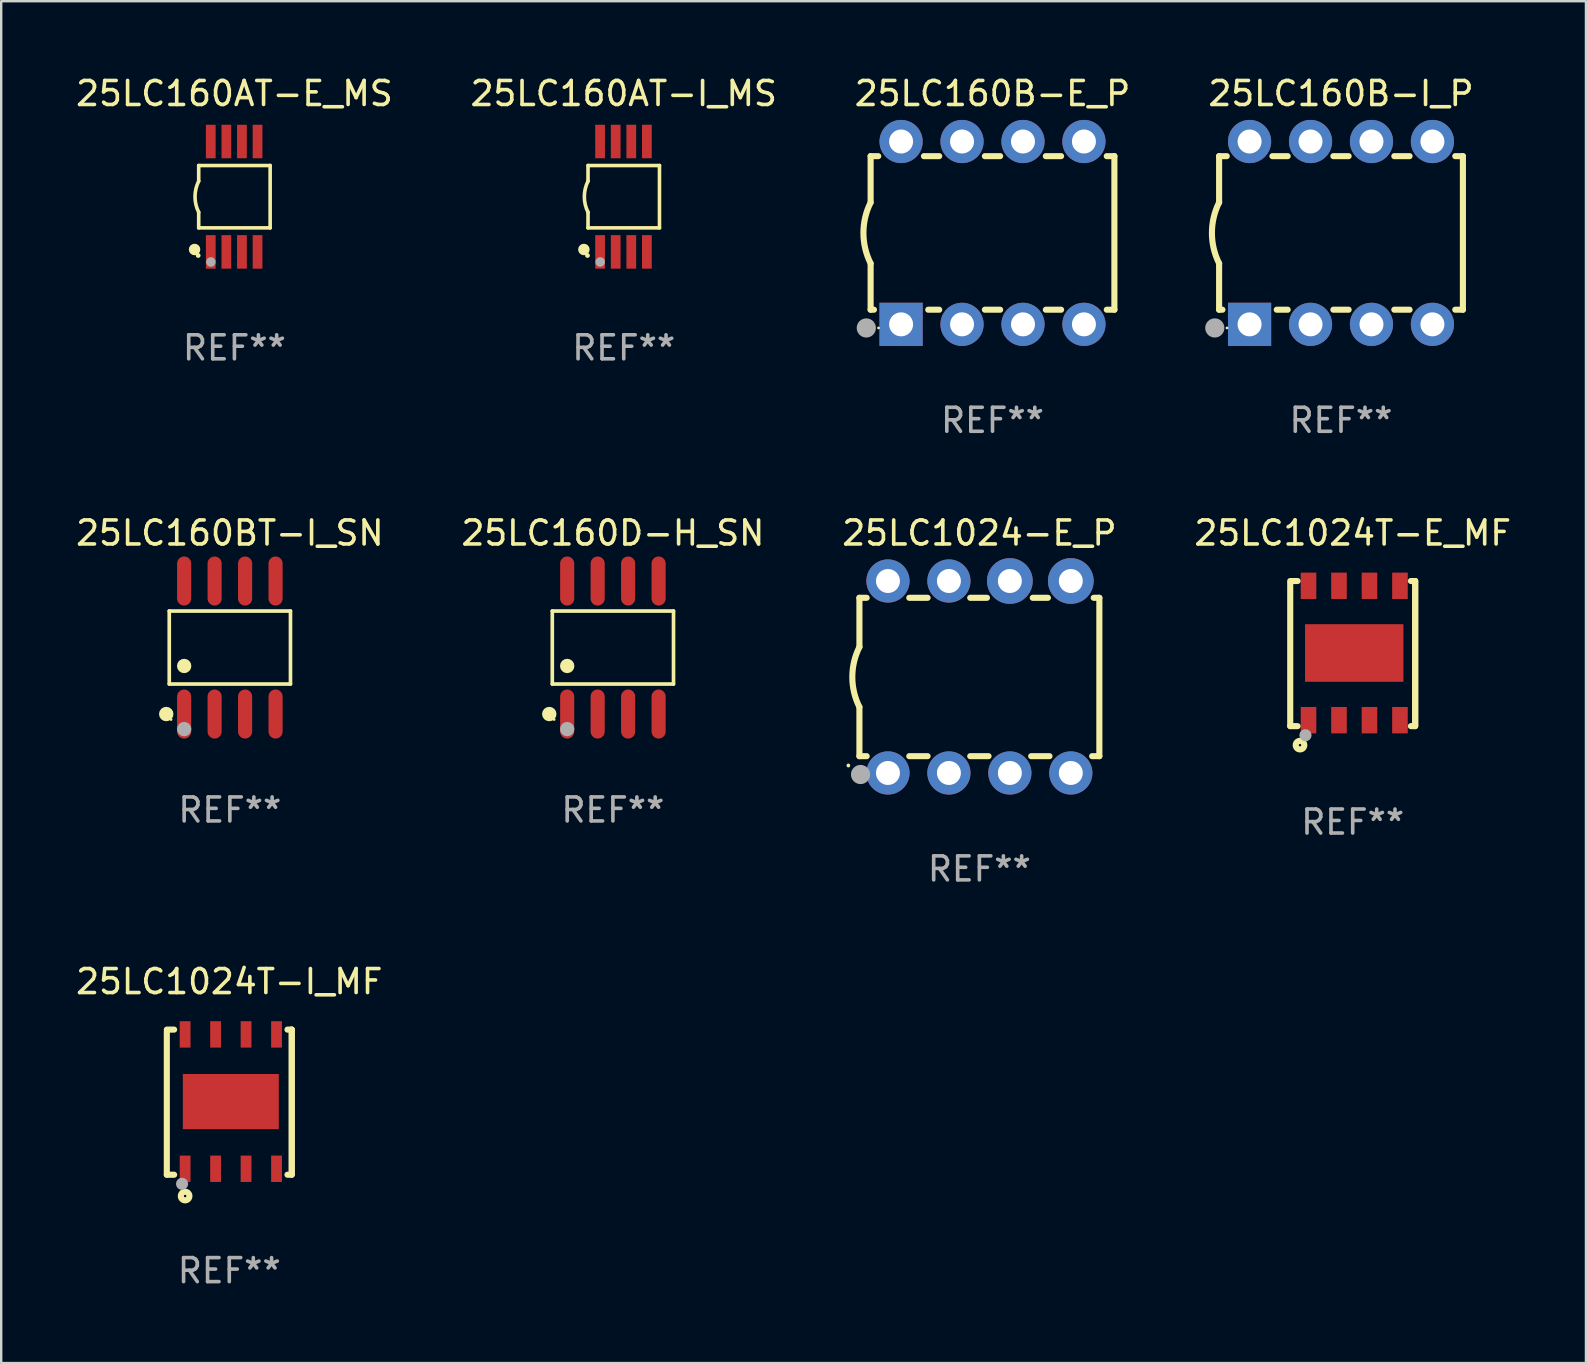
<source format=kicad_pcb>
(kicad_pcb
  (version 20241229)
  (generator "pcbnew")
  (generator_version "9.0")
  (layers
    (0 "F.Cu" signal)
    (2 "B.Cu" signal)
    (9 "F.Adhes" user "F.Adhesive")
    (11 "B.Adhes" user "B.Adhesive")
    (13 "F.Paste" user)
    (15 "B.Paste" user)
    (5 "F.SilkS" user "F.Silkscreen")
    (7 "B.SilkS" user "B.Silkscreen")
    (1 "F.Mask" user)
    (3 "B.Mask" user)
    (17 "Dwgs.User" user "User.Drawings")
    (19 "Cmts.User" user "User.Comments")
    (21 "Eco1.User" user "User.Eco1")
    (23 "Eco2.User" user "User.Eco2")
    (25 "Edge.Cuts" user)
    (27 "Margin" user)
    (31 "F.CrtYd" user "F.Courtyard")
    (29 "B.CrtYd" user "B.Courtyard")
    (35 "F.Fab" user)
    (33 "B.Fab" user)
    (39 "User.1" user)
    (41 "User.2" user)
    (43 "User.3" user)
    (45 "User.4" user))
  (footprint "25LC1024-E_P"
    (layer "F.Cu")
    (at 37.768 25.165)
    (property "Reference" "25LC1024-E_P" (at 0 -6 0) (layer "F.SilkS") (effects (font (size 1 1) (thickness 0.15))))
    (attr through_hole)
    (fp_line (start -5 -3.3) (end -5 -1.25) (stroke (width 0.254) (type solid)) (layer "F.SilkS"))
    (fp_line (start -5 -3.3) (end -4.698 -3.3) (stroke (width 0.254) (type solid)) (layer "F.SilkS"))
    (fp_line (start -5 3.3) (end -5 1.25) (stroke (width 0.254) (type solid)) (layer "F.SilkS"))
    (fp_line (start -5 3.3) (end -4.698 3.3) (stroke (width 0.254) (type solid)) (layer "F.SilkS"))
    (fp_line (start -2.922 -3.3) (end -2.158 -3.3) (stroke (width 0.254) (type solid)) (layer "F.SilkS"))
    (fp_line (start -2.922 3.3) (end -2.158 3.3) (stroke (width 0.254) (type solid)) (layer "F.SilkS"))
    (fp_line (start -0.382 -3.3) (end 0.316 -3.3) (stroke (width 0.254) (type solid)) (layer "F.SilkS"))
    (fp_line (start -0.382 3.3) (end 0.382 3.3) (stroke (width 0.254) (type solid)) (layer "F.SilkS"))
    (fp_line (start 2.158 3.3) (end 2.922 3.3) (stroke (width 0.254) (type solid)) (layer "F.SilkS"))
    (fp_line (start 2.224 -3.3) (end 2.856 -3.3) (stroke (width 0.254) (type solid)) (layer "F.SilkS"))
    (fp_line (start 4.698 3.3) (end 5 3.3) (stroke (width 0.254) (type solid)) (layer "F.SilkS"))
    (fp_line (start 4.764 -3.3) (end 5 -3.3) (stroke (width 0.254) (type solid)) (layer "F.SilkS"))
    (fp_line (start 5 -3.3) (end 5 3.3) (stroke (width 0.254) (type solid)) (layer "F.SilkS"))
    (fp_arc (start -5.46124 3.694259) (mid -5.461175 3.688632) (end -5.460986 3.683007) (stroke (width 0.149987) (type solid)) (layer "F.SilkS"))
    (fp_arc (start -5.00127 1.249682) (mid -5.295892 -0.000313) (end -5.000025 -1.250013) (stroke (width 0.254001) (type solid)) (layer "F.SilkS"))
    (fp_circle (center -4.795 4.237) (end -4.765 4.237) (stroke (width 0.06) (type solid)) (fill no) (layer "F.SilkS"))
    (fp_circle (center -4.953 4.064) (end -4.753 4.064) (stroke (width 0.4) (type solid)) (fill no) (layer "F.Fab"))
    (fp_text user "REF**" (at 0 8 0) (layer "F.Fab") (effects (font (size 1 1) (thickness 0.15))))
    (pad "1" thru_hole circle (at -3.81 4) (size 1.8 1.8) (drill 1) (layers "*.Cu" "*.Mask"))
    (pad "2" thru_hole circle (at -1.27 4) (size 1.8 1.8) (drill 1) (layers "*.Cu" "*.Mask"))
    (pad "3" thru_hole circle (at 1.27 4) (size 1.8 1.8) (drill 1) (layers "*.Cu" "*.Mask"))
    (pad "4" thru_hole circle (at 3.81 4) (size 1.8 1.8) (drill 1) (layers "*.Cu" "*.Mask"))
    (pad "5" thru_hole circle (at 3.81 -4) (size 1.905 1.905) (drill 1) (layers "*.Cu" "*.Mask"))
    (pad "6" thru_hole circle (at 1.27 -4) (size 1.905 1.905) (drill 1) (layers "*.Cu" "*.Mask"))
    (pad "7" thru_hole circle (at -1.27 -4) (size 1.8 1.8) (drill 1) (layers "*.Cu" "*.Mask"))
    (pad "8" thru_hole circle (at -3.81 -4) (size 1.8 1.8) (drill 1) (layers "*.Cu" "*.Mask")))
  (footprint "25LC160B-I_P"
    (layer "F.Cu")
    (at 52.839 6.658)
    (property "Reference" "25LC160B-I_P" (at 0 -5.81 0) (layer "F.SilkS") (effects (font (size 1 1) (thickness 0.15))))
    (attr through_hole)
    (fp_line (start -5.08 -3.2) (end -4.762 -3.2) (stroke (width 0.254) (type solid)) (layer "F.SilkS"))
    (fp_line (start -5.08 -1.27) (end -5.08 -3.2) (stroke (width 0.254) (type solid)) (layer "F.SilkS"))
    (fp_line (start -5.08 3.2) (end -5.08 1.27) (stroke (width 0.254) (type solid)) (layer "F.SilkS"))
    (fp_line (start -5.08 3.2) (end -4.941 3.2) (stroke (width 0.254) (type solid)) (layer "F.SilkS"))
    (fp_line (start -2.858 -3.2) (end -2.222 -3.2) (stroke (width 0.254) (type solid)) (layer "F.SilkS"))
    (fp_line (start -2.679 3.2) (end -2.222 3.2) (stroke (width 0.254) (type solid)) (layer "F.SilkS"))
    (fp_line (start -0.318 -3.2) (end 0.318 -3.2) (stroke (width 0.254) (type solid)) (layer "F.SilkS"))
    (fp_line (start -0.318 3.2) (end 0.318 3.2) (stroke (width 0.254) (type solid)) (layer "F.SilkS"))
    (fp_line (start 2.222 -3.2) (end 2.858 -3.2) (stroke (width 0.254) (type solid)) (layer "F.SilkS"))
    (fp_line (start 2.222 3.2) (end 2.858 3.2) (stroke (width 0.254) (type solid)) (layer "F.SilkS"))
    (fp_line (start 4.762 -3.2) (end 5.08 -3.2) (stroke (width 0.254) (type solid)) (layer "F.SilkS"))
    (fp_line (start 4.762 3.2) (end 5.08 3.2) (stroke (width 0.254) (type solid)) (layer "F.SilkS"))
    (fp_line (start 5.08 3.2) (end 5.08 -3.2) (stroke (width 0.254) (type solid)) (layer "F.SilkS"))
    (fp_arc (start -5.080011 1.270002) (mid -5.379818 -0.000001) (end -5.08001 -1.270003) (stroke (width 0.254001) (type solid)) (layer "F.SilkS"))
    (fp_circle (center -4.75 3.96) (end -4.72 3.96) (stroke (width 0.06) (type solid)) (fill no) (layer "F.SilkS"))
    (fp_circle (center -5.26 3.96) (end -5.06 3.96) (stroke (width 0.4) (type solid)) (fill no) (layer "F.Fab"))
    (fp_text user "REF**" (at 0 7.81 0) (layer "F.Fab") (effects (font (size 1 1) (thickness 0.15))))
    (pad "1" thru_hole rect (at -3.81 3.81) (size 1.8 1.8) (drill 1) (layers "*.Cu" "*.Mask"))
    (pad "2" thru_hole circle (at -1.27 3.81) (size 1.8 1.8) (drill 1) (layers "*.Cu" "*.Mask"))
    (pad "3" thru_hole circle (at 1.27 3.81) (size 1.8 1.8) (drill 1) (layers "*.Cu" "*.Mask"))
    (pad "4" thru_hole circle (at 3.81 3.81) (size 1.8 1.8) (drill 1) (layers "*.Cu" "*.Mask"))
    (pad "5" thru_hole circle (at 3.81 -3.81) (size 1.8 1.8) (drill 1) (layers "*.Cu" "*.Mask"))
    (pad "6" thru_hole circle (at 1.27 -3.81) (size 1.8 1.8) (drill 1) (layers "*.Cu" "*.Mask"))
    (pad "7" thru_hole circle (at -1.27 -3.81) (size 1.8 1.8) (drill 1) (layers "*.Cu" "*.Mask"))
    (pad "8" thru_hole circle (at -3.81 -3.81) (size 1.8 1.8) (drill 1) (layers "*.Cu" "*.Mask")))
  (footprint "25LC160B-E_P"
    (layer "F.Cu")
    (at 38.315 6.658)
    (property "Reference" "25LC160B-E_P" (at 0 -5.81 0) (layer "F.SilkS") (effects (font (size 1 1) (thickness 0.15))))
    (attr through_hole)
    (fp_line (start -5.08 -3.2) (end -4.762 -3.2) (stroke (width 0.254) (type solid)) (layer "F.SilkS"))
    (fp_line (start -5.08 -1.27) (end -5.08 -3.2) (stroke (width 0.254) (type solid)) (layer "F.SilkS"))
    (fp_line (start -5.08 3.2) (end -5.08 1.27) (stroke (width 0.254) (type solid)) (layer "F.SilkS"))
    (fp_line (start -5.08 3.2) (end -4.941 3.2) (stroke (width 0.254) (type solid)) (layer "F.SilkS"))
    (fp_line (start -2.858 -3.2) (end -2.222 -3.2) (stroke (width 0.254) (type solid)) (layer "F.SilkS"))
    (fp_line (start -2.679 3.2) (end -2.222 3.2) (stroke (width 0.254) (type solid)) (layer "F.SilkS"))
    (fp_line (start -0.318 -3.2) (end 0.318 -3.2) (stroke (width 0.254) (type solid)) (layer "F.SilkS"))
    (fp_line (start -0.318 3.2) (end 0.318 3.2) (stroke (width 0.254) (type solid)) (layer "F.SilkS"))
    (fp_line (start 2.222 -3.2) (end 2.858 -3.2) (stroke (width 0.254) (type solid)) (layer "F.SilkS"))
    (fp_line (start 2.222 3.2) (end 2.858 3.2) (stroke (width 0.254) (type solid)) (layer "F.SilkS"))
    (fp_line (start 4.762 -3.2) (end 5.08 -3.2) (stroke (width 0.254) (type solid)) (layer "F.SilkS"))
    (fp_line (start 4.762 3.2) (end 5.08 3.2) (stroke (width 0.254) (type solid)) (layer "F.SilkS"))
    (fp_line (start 5.08 3.2) (end 5.08 -3.2) (stroke (width 0.254) (type solid)) (layer "F.SilkS"))
    (fp_arc (start -5.080011 1.270002) (mid -5.379818 -0.000001) (end -5.08001 -1.270003) (stroke (width 0.254001) (type solid)) (layer "F.SilkS"))
    (fp_circle (center -4.75 3.96) (end -4.72 3.96) (stroke (width 0.06) (type solid)) (fill no) (layer "F.SilkS"))
    (fp_circle (center -5.26 3.96) (end -5.06 3.96) (stroke (width 0.4) (type solid)) (fill no) (layer "F.Fab"))
    (fp_text user "REF**" (at 0 7.81 0) (layer "F.Fab") (effects (font (size 1 1) (thickness 0.15))))
    (pad "1" thru_hole rect (at -3.81 3.81) (size 1.8 1.8) (drill 1) (layers "*.Cu" "*.Mask"))
    (pad "2" thru_hole circle (at -1.27 3.81) (size 1.8 1.8) (drill 1) (layers "*.Cu" "*.Mask"))
    (pad "3" thru_hole circle (at 1.27 3.81) (size 1.8 1.8) (drill 1) (layers "*.Cu" "*.Mask"))
    (pad "4" thru_hole circle (at 3.81 3.81) (size 1.8 1.8) (drill 1) (layers "*.Cu" "*.Mask"))
    (pad "5" thru_hole circle (at 3.81 -3.81) (size 1.8 1.8) (drill 1) (layers "*.Cu" "*.Mask"))
    (pad "6" thru_hole circle (at 1.27 -3.81) (size 1.8 1.8) (drill 1) (layers "*.Cu" "*.Mask"))
    (pad "7" thru_hole circle (at -1.27 -3.81) (size 1.8 1.8) (drill 1) (layers "*.Cu" "*.Mask"))
    (pad "8" thru_hole circle (at -3.81 -3.81) (size 1.8 1.8) (drill 1) (layers "*.Cu" "*.Mask")))
  (footprint "25LC160AT-I_MS"
    (layer "F.Cu")
    (at 22.946 5.148)
    (property "Reference" "25LC160AT-I_MS" (at 0 -4.3 0) (layer "F.SilkS") (effects (font (size 1 1) (thickness 0.15))))
    (attr through_hole)
    (fp_line (start -1.489 -1.3) (end -1.489 -0.648) (stroke (width 0.15) (type solid)) (layer "F.SilkS"))
    (fp_line (start -1.489 0.648) (end -1.489 1.3) (stroke (width 0.15) (type solid)) (layer "F.SilkS"))
    (fp_line (start -1.489 1.3) (end 1.489 1.3) (stroke (width 0.15) (type solid)) (layer "F.SilkS"))
    (fp_line (start 1.489 -1.3) (end -1.489 -1.3) (stroke (width 0.15) (type solid)) (layer "F.SilkS"))
    (fp_line (start 1.489 1.3) (end 1.489 -1.3) (stroke (width 0.15) (type solid)) (layer "F.SilkS"))
    (fp_arc (start -1.489205 0.647702) (mid -1.642107 0) (end -1.489205 -0.647701) (stroke (width 0.150013) (type solid)) (layer "F.SilkS"))
    (fp_circle (center -1.661 2.2) (end -1.541 2.2) (stroke (width 0.24) (type solid)) (fill no) (layer "F.SilkS"))
    (fp_circle (center -1.511 2.45) (end -1.461 2.45) (stroke (width 0.1) (type solid)) (fill no) (layer "F.SilkS"))
    (fp_circle (center -0.981 2.72) (end -0.881 2.72) (stroke (width 0.2) (type solid)) (fill no) (layer "F.Fab"))
    (fp_text user "REF**" (at 0 6.3 0) (layer "F.Fab") (effects (font (size 1 1) (thickness 0.15))))
    (pad "1" smd rect (at -0.986 2.3) (size 0.406 1.397) (layers "F.Cu" "F.Mask" "F.Paste"))
    (pad "2" smd rect (at -0.336 2.3) (size 0.406 1.397) (layers "F.Cu" "F.Mask" "F.Paste"))
    (pad "3" smd rect (at 0.314 2.3) (size 0.406 1.397) (layers "F.Cu" "F.Mask" "F.Paste"))
    (pad "4" smd rect (at 0.964 2.3) (size 0.406 1.397) (layers "F.Cu" "F.Mask" "F.Paste"))
    (pad "5" smd rect (at 0.964 -2.3) (size 0.406 1.397) (layers "F.Cu" "F.Mask" "F.Paste"))
    (pad "6" smd rect (at 0.314 -2.3) (size 0.406 1.397) (layers "F.Cu" "F.Mask" "F.Paste"))
    (pad "7" smd rect (at -0.336 -2.3) (size 0.406 1.397) (layers "F.Cu" "F.Mask" "F.Paste"))
    (pad "8" smd rect (at -0.986 -2.3) (size 0.406 1.397) (layers "F.Cu" "F.Mask" "F.Paste")))
  (footprint "25LC1024T-I_MF"
    (layer "F.Cu")
    (at 6.506 42.885)
    (property "Reference" "25LC1024T-I_MF" (at 0 -5.024 0) (layer "F.SilkS") (effects (font (size 1 1) (thickness 0.15))))
    (attr through_hole)
    (fp_line (start -2.604 -2.945) (end -2.604 3.024) (stroke (width 0.254) (type solid)) (layer "F.SilkS"))
    (fp_line (start -2.604 3.024) (end -2.298 3.024) (stroke (width 0.254) (type solid)) (layer "F.SilkS"))
    (fp_line (start -2.298 -3.024) (end -2.604 -3.024) (stroke (width 0.254) (type solid)) (layer "F.SilkS"))
    (fp_line (start 2.425 3.024) (end 2.604 3.024) (stroke (width 0.254) (type solid)) (layer "F.SilkS"))
    (fp_line (start 2.604 -3.024) (end 2.425 -3.024) (stroke (width 0.254) (type solid)) (layer "F.SilkS"))
    (fp_line (start 2.604 -3.024) (end 2.604 2.976) (stroke (width 0.254) (type solid)) (layer "F.SilkS"))
    (fp_line (start 2.604 3.024) (end 2.604 -3.024) (stroke (width 0.254) (type solid)) (layer "F.SilkS"))
    (fp_circle (center -2.436 2.976) (end -2.406 2.976) (stroke (width 0.06) (type solid)) (fill no) (layer "F.SilkS"))
    (fp_circle (center -1.841 3.913) (end -1.662 3.913) (stroke (width 0.254) (type solid)) (fill no) (layer "F.SilkS"))
    (fp_circle (center -1.968 3.405) (end -1.841 3.405) (stroke (width 0.254) (type solid)) (fill no) (layer "F.Fab"))
    (fp_text user "REF**" (at 0 7.024 0) (layer "F.Fab") (effects (font (size 1 1) (thickness 0.15))))
    (pad "1" smd rect (at -1.841 2.776) (size 0.45 1.1) (layers "F.Cu" "F.Mask" "F.Paste"))
    (pad "2" smd rect (at -0.571 2.776) (size 0.45 1.1) (layers "F.Cu" "F.Mask" "F.Paste"))
    (pad "3" smd rect (at 0.699 2.776) (size 0.45 1.1) (layers "F.Cu" "F.Mask" "F.Paste"))
    (pad "4" smd rect (at 1.969 2.776) (size 0.45 1.1) (layers "F.Cu" "F.Mask" "F.Paste"))
    (pad "5" smd rect (at 1.969 -2.824) (size 0.45 1.1) (layers "F.Cu" "F.Mask" "F.Paste"))
    (pad "6" smd rect (at 0.699 -2.824) (size 0.45 1.1) (layers "F.Cu" "F.Mask" "F.Paste"))
    (pad "7" smd rect (at -0.571 -2.824) (size 0.45 1.1) (layers "F.Cu" "F.Mask" "F.Paste"))
    (pad "8" smd rect (at -1.841 -2.824) (size 0.45 1.1) (layers "F.Cu" "F.Mask" "F.Paste"))
    (pad "9" smd rect (at 0.064 -0.024) (size 4 2.3) (layers "F.Cu" "F.Mask" "F.Paste")))
  (footprint "25LC160AT-E_MS"
    (layer "F.Cu")
    (at 6.72 5.148)
    (property "Reference" "25LC160AT-E_MS" (at 0 -4.3 0) (layer "F.SilkS") (effects (font (size 1 1) (thickness 0.15))))
    (attr through_hole)
    (fp_line (start -1.489 -1.3) (end -1.489 -0.648) (stroke (width 0.15) (type solid)) (layer "F.SilkS"))
    (fp_line (start -1.489 0.648) (end -1.489 1.3) (stroke (width 0.15) (type solid)) (layer "F.SilkS"))
    (fp_line (start -1.489 1.3) (end 1.489 1.3) (stroke (width 0.15) (type solid)) (layer "F.SilkS"))
    (fp_line (start 1.489 -1.3) (end -1.489 -1.3) (stroke (width 0.15) (type solid)) (layer "F.SilkS"))
    (fp_line (start 1.489 1.3) (end 1.489 -1.3) (stroke (width 0.15) (type solid)) (layer "F.SilkS"))
    (fp_arc (start -1.489205 0.647702) (mid -1.642107 0) (end -1.489205 -0.647701) (stroke (width 0.150013) (type solid)) (layer "F.SilkS"))
    (fp_circle (center -1.661 2.2) (end -1.541 2.2) (stroke (width 0.24) (type solid)) (fill no) (layer "F.SilkS"))
    (fp_circle (center -1.511 2.45) (end -1.461 2.45) (stroke (width 0.1) (type solid)) (fill no) (layer "F.SilkS"))
    (fp_circle (center -0.981 2.72) (end -0.881 2.72) (stroke (width 0.2) (type solid)) (fill no) (layer "F.Fab"))
    (fp_text user "REF**" (at 0 6.3 0) (layer "F.Fab") (effects (font (size 1 1) (thickness 0.15))))
    (pad "1" smd rect (at -0.986 2.3) (size 0.406 1.397) (layers "F.Cu" "F.Mask" "F.Paste"))
    (pad "2" smd rect (at -0.336 2.3) (size 0.406 1.397) (layers "F.Cu" "F.Mask" "F.Paste"))
    (pad "3" smd rect (at 0.314 2.3) (size 0.406 1.397) (layers "F.Cu" "F.Mask" "F.Paste"))
    (pad "4" smd rect (at 0.964 2.3) (size 0.406 1.397) (layers "F.Cu" "F.Mask" "F.Paste"))
    (pad "5" smd rect (at 0.964 -2.3) (size 0.406 1.397) (layers "F.Cu" "F.Mask" "F.Paste"))
    (pad "6" smd rect (at 0.314 -2.3) (size 0.406 1.397) (layers "F.Cu" "F.Mask" "F.Paste"))
    (pad "7" smd rect (at -0.336 -2.3) (size 0.406 1.397) (layers "F.Cu" "F.Mask" "F.Paste"))
    (pad "8" smd rect (at -0.986 -2.3) (size 0.406 1.397) (layers "F.Cu" "F.Mask" "F.Paste")))
  (footprint "25LC160BT-I_SN"
    (layer "F.Cu")
    (at 6.53 23.937)
    (property "Reference" "25LC160BT-I_SN" (at 0 -4.772 0) (layer "F.SilkS") (effects (font (size 1 1) (thickness 0.15))))
    (attr through_hole)
    (fp_line (start -2.526 -1.521) (end 2.526 -1.521) (stroke (width 0.152) (type solid)) (layer "F.SilkS"))
    (fp_line (start -2.526 1.521) (end -2.526 -1.521) (stroke (width 0.152) (type solid)) (layer "F.SilkS"))
    (fp_line (start 2.526 -1.521) (end 2.526 1.521) (stroke (width 0.152) (type solid)) (layer "F.SilkS"))
    (fp_line (start 2.526 1.521) (end -2.526 1.521) (stroke (width 0.152) (type solid)) (layer "F.SilkS"))
    (fp_circle (center -2.652 2.772) (end -2.501 2.772) (stroke (width 0.3) (type solid)) (fill no) (layer "F.SilkS"))
    (fp_circle (center -2.45 3) (end -2.42 3) (stroke (width 0.06) (type solid)) (fill no) (layer "F.SilkS"))
    (fp_circle (center -1.905 0.769) (end -1.755 0.769) (stroke (width 0.3) (type solid)) (fill no) (layer "F.SilkS"))
    (fp_circle (center -1.905 3.4) (end -1.755 3.4) (stroke (width 0.3) (type solid)) (fill no) (layer "F.Fab"))
    (fp_text user "REF**" (at 0 6.772 0) (layer "F.Fab") (effects (font (size 1 1) (thickness 0.15))))
    (pad "1" smd oval (at -1.905 2.772) (size 0.588 2.045) (layers "F.Cu" "F.Mask" "F.Paste"))
    (pad "2" smd oval (at -0.635 2.772) (size 0.588 2.045) (layers "F.Cu" "F.Mask" "F.Paste"))
    (pad "3" smd oval (at 0.635 2.772) (size 0.588 2.045) (layers "F.Cu" "F.Mask" "F.Paste"))
    (pad "4" smd oval (at 1.905 2.772) (size 0.588 2.045) (layers "F.Cu" "F.Mask" "F.Paste"))
    (pad "5" smd oval (at 1.905 -2.772) (size 0.588 2.045) (layers "F.Cu" "F.Mask" "F.Paste"))
    (pad "6" smd oval (at 0.635 -2.772) (size 0.588 2.045) (layers "F.Cu" "F.Mask" "F.Paste"))
    (pad "7" smd oval (at -0.635 -2.772) (size 0.588 2.045) (layers "F.Cu" "F.Mask" "F.Paste"))
    (pad "8" smd oval (at -1.905 -2.772) (size 0.588 2.045) (layers "F.Cu" "F.Mask" "F.Paste")))
  (footprint "25LC1024T-E_MF"
    (layer "F.Cu")
    (at 53.327 24.189)
    (property "Reference" "25LC1024T-E_MF" (at 0 -5.024 0) (layer "F.SilkS") (effects (font (size 1 1) (thickness 0.15))))
    (attr through_hole)
    (fp_line (start -2.604 -2.945) (end -2.604 3.024) (stroke (width 0.254) (type solid)) (layer "F.SilkS"))
    (fp_line (start -2.604 3.024) (end -2.298 3.024) (stroke (width 0.254) (type solid)) (layer "F.SilkS"))
    (fp_line (start -2.298 -3.024) (end -2.604 -3.024) (stroke (width 0.254) (type solid)) (layer "F.SilkS"))
    (fp_line (start 2.425 3.024) (end 2.604 3.024) (stroke (width 0.254) (type solid)) (layer "F.SilkS"))
    (fp_line (start 2.604 -3.024) (end 2.425 -3.024) (stroke (width 0.254) (type solid)) (layer "F.SilkS"))
    (fp_line (start 2.604 -3.024) (end 2.604 2.976) (stroke (width 0.254) (type solid)) (layer "F.SilkS"))
    (fp_line (start 2.604 3.024) (end 2.604 -3.024) (stroke (width 0.254) (type solid)) (layer "F.SilkS"))
    (fp_circle (center -2.437 2.976) (end -2.407 2.976) (stroke (width 0.06) (type solid)) (fill no) (layer "F.SilkS"))
    (fp_circle (center -2.196 3.816) (end -2.017 3.816) (stroke (width 0.254) (type solid)) (fill no) (layer "F.SilkS"))
    (fp_circle (center -1.969 3.405) (end -1.842 3.405) (stroke (width 0.254) (type solid)) (fill no) (layer "F.Fab"))
    (fp_text user "REF**" (at 0 7.024 0) (layer "F.Fab") (effects (font (size 1 1) (thickness 0.15))))
    (pad "1" smd rect (at -1.842 2.776) (size 0.65 1.1) (layers "F.Cu" "F.Mask" "F.Paste"))
    (pad "2" smd rect (at -0.572 2.776) (size 0.65 1.1) (layers "F.Cu" "F.Mask" "F.Paste"))
    (pad "3" smd rect (at 0.699 2.776) (size 0.65 1.1) (layers "F.Cu" "F.Mask" "F.Paste"))
    (pad "4" smd rect (at 1.969 2.776) (size 0.65 1.1) (layers "F.Cu" "F.Mask" "F.Paste"))
    (pad "5" smd rect (at 1.969 -2.824) (size 0.65 1.1) (layers "F.Cu" "F.Mask" "F.Paste"))
    (pad "6" smd rect (at 0.699 -2.824) (size 0.65 1.1) (layers "F.Cu" "F.Mask" "F.Paste"))
    (pad "7" smd rect (at -0.572 -2.824) (size 0.65 1.1) (layers "F.Cu" "F.Mask" "F.Paste"))
    (pad "8" smd rect (at -1.842 -2.824) (size 0.65 1.1) (layers "F.Cu" "F.Mask" "F.Paste"))
    (pad "9" smd rect (at 0.064 -0.024) (size 4.1 2.4) (layers "F.Cu" "F.Mask" "F.Paste")))
  (footprint "25LC160D-H_SN"
    (layer "F.Cu")
    (at 22.494 23.937)
    (property "Reference" "25LC160D-H_SN" (at 0 -4.772 0) (layer "F.SilkS") (effects (font (size 1 1) (thickness 0.15))))
    (attr through_hole)
    (fp_line (start -2.526 -1.521) (end 2.526 -1.521) (stroke (width 0.152) (type solid)) (layer "F.SilkS"))
    (fp_line (start -2.526 1.521) (end -2.526 -1.521) (stroke (width 0.152) (type solid)) (layer "F.SilkS"))
    (fp_line (start 2.526 -1.521) (end 2.526 1.521) (stroke (width 0.152) (type solid)) (layer "F.SilkS"))
    (fp_line (start 2.526 1.521) (end -2.526 1.521) (stroke (width 0.152) (type solid)) (layer "F.SilkS"))
    (fp_circle (center -2.652 2.772) (end -2.501 2.772) (stroke (width 0.3) (type solid)) (fill no) (layer "F.SilkS"))
    (fp_circle (center -2.45 3) (end -2.42 3) (stroke (width 0.06) (type solid)) (fill no) (layer "F.SilkS"))
    (fp_circle (center -1.905 0.769) (end -1.755 0.769) (stroke (width 0.3) (type solid)) (fill no) (layer "F.SilkS"))
    (fp_circle (center -1.905 3.4) (end -1.755 3.4) (stroke (width 0.3) (type solid)) (fill no) (layer "F.Fab"))
    (fp_text user "REF**" (at 0 6.772 0) (layer "F.Fab") (effects (font (size 1 1) (thickness 0.15))))
    (pad "1" smd oval (at -1.905 2.772) (size 0.588 2.045) (layers "F.Cu" "F.Mask" "F.Paste"))
    (pad "2" smd oval (at -0.635 2.772) (size 0.588 2.045) (layers "F.Cu" "F.Mask" "F.Paste"))
    (pad "3" smd oval (at 0.635 2.772) (size 0.588 2.045) (layers "F.Cu" "F.Mask" "F.Paste"))
    (pad "4" smd oval (at 1.905 2.772) (size 0.588 2.045) (layers "F.Cu" "F.Mask" "F.Paste"))
    (pad "5" smd oval (at 1.905 -2.772) (size 0.588 2.045) (layers "F.Cu" "F.Mask" "F.Paste"))
    (pad "6" smd oval (at 0.635 -2.772) (size 0.588 2.045) (layers "F.Cu" "F.Mask" "F.Paste"))
    (pad "7" smd oval (at -0.635 -2.772) (size 0.588 2.045) (layers "F.Cu" "F.Mask" "F.Paste"))
    (pad "8" smd oval (at -1.905 -2.772) (size 0.588 2.045) (layers "F.Cu" "F.Mask" "F.Paste")))
  (gr_rect
    (start -3 -3)
    (end 63.048 53.758)
    (stroke (width 0.1) (type default))
    (fill no)
    (layer "Edge.Cuts")))
</source>
